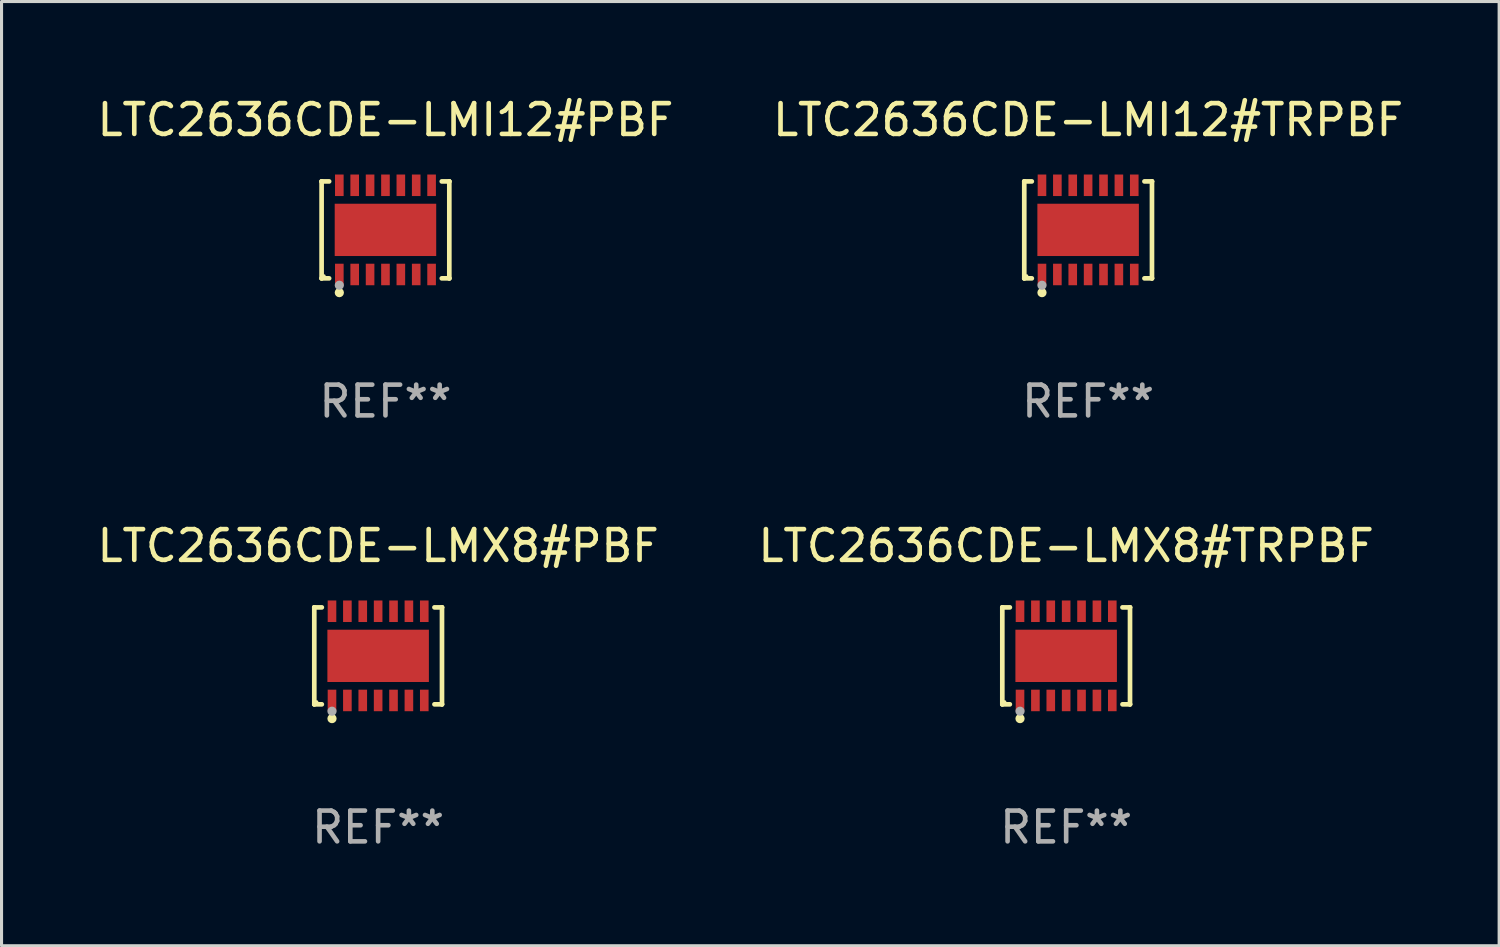
<source format=kicad_pcb>
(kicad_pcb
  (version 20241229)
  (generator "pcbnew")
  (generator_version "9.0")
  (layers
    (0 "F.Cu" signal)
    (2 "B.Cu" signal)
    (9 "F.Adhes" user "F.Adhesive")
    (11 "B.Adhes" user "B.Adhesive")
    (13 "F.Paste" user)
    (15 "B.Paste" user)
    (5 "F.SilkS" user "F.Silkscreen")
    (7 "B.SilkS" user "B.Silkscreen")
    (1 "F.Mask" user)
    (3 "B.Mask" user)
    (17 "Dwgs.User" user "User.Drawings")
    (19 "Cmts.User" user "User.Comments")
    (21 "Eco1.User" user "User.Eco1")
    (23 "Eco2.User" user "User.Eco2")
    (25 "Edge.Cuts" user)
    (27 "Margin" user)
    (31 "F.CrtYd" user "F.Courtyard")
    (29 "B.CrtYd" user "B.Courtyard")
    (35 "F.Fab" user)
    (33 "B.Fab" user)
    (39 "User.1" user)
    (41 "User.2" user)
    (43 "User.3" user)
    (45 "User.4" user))
  (footprint "LTC2636CDE-LMI12#PBF"
    (layer "F.Cu")
    (at 9.482 4.424)
    (property "Reference" "LTC2636CDE-LMI12#PBF" (at 0 -3.576 0) (layer "F.SilkS") (effects (font (size 1 1) (thickness 0.15))))
    (attr through_hole)
    (fp_line (start -2.076 -1.576) (end -2.076 -1.576) (stroke (width 0.152) (type solid)) (layer "F.SilkS"))
    (fp_line (start -2.076 -1.576) (end -1.831 -1.576) (stroke (width 0.152) (type solid)) (layer "F.SilkS"))
    (fp_line (start -2.076 1.576) (end -2.076 -1.576) (stroke (width 0.152) (type solid)) (layer "F.SilkS"))
    (fp_line (start -2.076 1.576) (end -2.076 1.576) (stroke (width 0.152) (type solid)) (layer "F.SilkS"))
    (fp_line (start -1.831 1.576) (end -2.076 1.576) (stroke (width 0.152) (type solid)) (layer "F.SilkS"))
    (fp_line (start 1.831 1.576) (end 2.076 1.576) (stroke (width 0.152) (type solid)) (layer "F.SilkS"))
    (fp_line (start 2.076 -1.576) (end 1.831 -1.576) (stroke (width 0.152) (type solid)) (layer "F.SilkS"))
    (fp_line (start 2.076 -1.576) (end 2.076 -1.576) (stroke (width 0.152) (type solid)) (layer "F.SilkS"))
    (fp_line (start 2.076 1.576) (end 2.076 -1.576) (stroke (width 0.152) (type solid)) (layer "F.SilkS"))
    (fp_line (start 2.076 1.576) (end 2.076 1.576) (stroke (width 0.152) (type solid)) (layer "F.SilkS"))
    (fp_circle (center -2 1.5) (end -1.97 1.5) (stroke (width 0.06) (type solid)) (fill no) (layer "F.SilkS"))
    (fp_circle (center -1.5 2.04) (end -1.425 2.04) (stroke (width 0.15) (type solid)) (fill no) (layer "F.SilkS"))
    (fp_circle (center -1.5 1.8) (end -1.425 1.8) (stroke (width 0.15) (type solid)) (fill no) (layer "F.Fab"))
    (fp_text user "REF**" (at 0 5.576 0) (layer "F.Fab") (effects (font (size 1 1) (thickness 0.15))))
    (pad "1" smd rect (at -1.5 1.45) (size 0.28 0.7) (layers "F.Cu" "F.Mask" "F.Paste"))
    (pad "2" smd rect (at -1 1.45) (size 0.28 0.7) (layers "F.Cu" "F.Mask" "F.Paste"))
    (pad "3" smd rect (at -0.5 1.45) (size 0.28 0.7) (layers "F.Cu" "F.Mask" "F.Paste"))
    (pad "4" smd rect (at 0 1.45) (size 0.28 0.7) (layers "F.Cu" "F.Mask" "F.Paste"))
    (pad "5" smd rect (at 0.5 1.45) (size 0.28 0.7) (layers "F.Cu" "F.Mask" "F.Paste"))
    (pad "6" smd rect (at 1 1.45) (size 0.28 0.7) (layers "F.Cu" "F.Mask" "F.Paste"))
    (pad "7" smd rect (at 1.5 1.45) (size 0.28 0.7) (layers "F.Cu" "F.Mask" "F.Paste"))
    (pad "8" smd rect (at 1.5 -1.45) (size 0.28 0.7) (layers "F.Cu" "F.Mask" "F.Paste"))
    (pad "9" smd rect (at 1 -1.45) (size 0.28 0.7) (layers "F.Cu" "F.Mask" "F.Paste"))
    (pad "10" smd rect (at 0.5 -1.45) (size 0.28 0.7) (layers "F.Cu" "F.Mask" "F.Paste"))
    (pad "11" smd rect (at 0 -1.45) (size 0.28 0.7) (layers "F.Cu" "F.Mask" "F.Paste"))
    (pad "12" smd rect (at -0.5 -1.45) (size 0.28 0.7) (layers "F.Cu" "F.Mask" "F.Paste"))
    (pad "13" smd rect (at -1 -1.45) (size 0.28 0.7) (layers "F.Cu" "F.Mask" "F.Paste"))
    (pad "14" smd rect (at -1.5 -1.45) (size 0.28 0.7) (layers "F.Cu" "F.Mask" "F.Paste"))
    (pad "15" smd rect (at 0 0) (size 3.3 1.7) (layers "F.Cu" "F.Mask" "F.Paste")))
  (footprint "LTC2636CDE-LMX8#TRPBF"
    (layer "F.Cu")
    (at 31.613 18.273)
    (property "Reference" "LTC2636CDE-LMX8#TRPBF" (at 0 -3.576 0) (layer "F.SilkS") (effects (font (size 1 1) (thickness 0.15))))
    (attr through_hole)
    (fp_line (start -2.076 -1.576) (end -2.076 -1.576) (stroke (width 0.152) (type solid)) (layer "F.SilkS"))
    (fp_line (start -2.076 -1.576) (end -1.831 -1.576) (stroke (width 0.152) (type solid)) (layer "F.SilkS"))
    (fp_line (start -2.076 1.576) (end -2.076 -1.576) (stroke (width 0.152) (type solid)) (layer "F.SilkS"))
    (fp_line (start -2.076 1.576) (end -2.076 1.576) (stroke (width 0.152) (type solid)) (layer "F.SilkS"))
    (fp_line (start -1.831 1.576) (end -2.076 1.576) (stroke (width 0.152) (type solid)) (layer "F.SilkS"))
    (fp_line (start 1.831 1.576) (end 2.076 1.576) (stroke (width 0.152) (type solid)) (layer "F.SilkS"))
    (fp_line (start 2.076 -1.576) (end 1.831 -1.576) (stroke (width 0.152) (type solid)) (layer "F.SilkS"))
    (fp_line (start 2.076 -1.576) (end 2.076 -1.576) (stroke (width 0.152) (type solid)) (layer "F.SilkS"))
    (fp_line (start 2.076 1.576) (end 2.076 -1.576) (stroke (width 0.152) (type solid)) (layer "F.SilkS"))
    (fp_line (start 2.076 1.576) (end 2.076 1.576) (stroke (width 0.152) (type solid)) (layer "F.SilkS"))
    (fp_circle (center -2 1.5) (end -1.97 1.5) (stroke (width 0.06) (type solid)) (fill no) (layer "F.SilkS"))
    (fp_circle (center -1.5 2.04) (end -1.425 2.04) (stroke (width 0.15) (type solid)) (fill no) (layer "F.SilkS"))
    (fp_circle (center -1.5 1.8) (end -1.425 1.8) (stroke (width 0.15) (type solid)) (fill no) (layer "F.Fab"))
    (fp_text user "REF**" (at 0 5.576 0) (layer "F.Fab") (effects (font (size 1 1) (thickness 0.15))))
    (pad "1" smd rect (at -1.5 1.45) (size 0.28 0.7) (layers "F.Cu" "F.Mask" "F.Paste"))
    (pad "2" smd rect (at -1 1.45) (size 0.28 0.7) (layers "F.Cu" "F.Mask" "F.Paste"))
    (pad "3" smd rect (at -0.5 1.45) (size 0.28 0.7) (layers "F.Cu" "F.Mask" "F.Paste"))
    (pad "4" smd rect (at 0 1.45) (size 0.28 0.7) (layers "F.Cu" "F.Mask" "F.Paste"))
    (pad "5" smd rect (at 0.5 1.45) (size 0.28 0.7) (layers "F.Cu" "F.Mask" "F.Paste"))
    (pad "6" smd rect (at 1 1.45) (size 0.28 0.7) (layers "F.Cu" "F.Mask" "F.Paste"))
    (pad "7" smd rect (at 1.5 1.45) (size 0.28 0.7) (layers "F.Cu" "F.Mask" "F.Paste"))
    (pad "8" smd rect (at 1.5 -1.45) (size 0.28 0.7) (layers "F.Cu" "F.Mask" "F.Paste"))
    (pad "9" smd rect (at 1 -1.45) (size 0.28 0.7) (layers "F.Cu" "F.Mask" "F.Paste"))
    (pad "10" smd rect (at 0.5 -1.45) (size 0.28 0.7) (layers "F.Cu" "F.Mask" "F.Paste"))
    (pad "11" smd rect (at 0 -1.45) (size 0.28 0.7) (layers "F.Cu" "F.Mask" "F.Paste"))
    (pad "12" smd rect (at -0.5 -1.45) (size 0.28 0.7) (layers "F.Cu" "F.Mask" "F.Paste"))
    (pad "13" smd rect (at -1 -1.45) (size 0.28 0.7) (layers "F.Cu" "F.Mask" "F.Paste"))
    (pad "14" smd rect (at -1.5 -1.45) (size 0.28 0.7) (layers "F.Cu" "F.Mask" "F.Paste"))
    (pad "15" smd rect (at 0 0) (size 3.3 1.7) (layers "F.Cu" "F.Mask" "F.Paste")))
  (footprint "LTC2636CDE-LMI12#TRPBF"
    (layer "F.Cu")
    (at 32.327 4.424)
    (property "Reference" "LTC2636CDE-LMI12#TRPBF" (at 0 -3.576 0) (layer "F.SilkS") (effects (font (size 1 1) (thickness 0.15))))
    (attr through_hole)
    (fp_line (start -2.076 -1.576) (end -2.076 -1.576) (stroke (width 0.152) (type solid)) (layer "F.SilkS"))
    (fp_line (start -2.076 -1.576) (end -1.831 -1.576) (stroke (width 0.152) (type solid)) (layer "F.SilkS"))
    (fp_line (start -2.076 1.576) (end -2.076 -1.576) (stroke (width 0.152) (type solid)) (layer "F.SilkS"))
    (fp_line (start -2.076 1.576) (end -2.076 1.576) (stroke (width 0.152) (type solid)) (layer "F.SilkS"))
    (fp_line (start -1.831 1.576) (end -2.076 1.576) (stroke (width 0.152) (type solid)) (layer "F.SilkS"))
    (fp_line (start 1.831 1.576) (end 2.076 1.576) (stroke (width 0.152) (type solid)) (layer "F.SilkS"))
    (fp_line (start 2.076 -1.576) (end 1.831 -1.576) (stroke (width 0.152) (type solid)) (layer "F.SilkS"))
    (fp_line (start 2.076 -1.576) (end 2.076 -1.576) (stroke (width 0.152) (type solid)) (layer "F.SilkS"))
    (fp_line (start 2.076 1.576) (end 2.076 -1.576) (stroke (width 0.152) (type solid)) (layer "F.SilkS"))
    (fp_line (start 2.076 1.576) (end 2.076 1.576) (stroke (width 0.152) (type solid)) (layer "F.SilkS"))
    (fp_circle (center -2 1.5) (end -1.97 1.5) (stroke (width 0.06) (type solid)) (fill no) (layer "F.SilkS"))
    (fp_circle (center -1.5 2.04) (end -1.425 2.04) (stroke (width 0.15) (type solid)) (fill no) (layer "F.SilkS"))
    (fp_circle (center -1.5 1.8) (end -1.425 1.8) (stroke (width 0.15) (type solid)) (fill no) (layer "F.Fab"))
    (fp_text user "REF**" (at 0 5.576 0) (layer "F.Fab") (effects (font (size 1 1) (thickness 0.15))))
    (pad "1" smd rect (at -1.5 1.45) (size 0.28 0.7) (layers "F.Cu" "F.Mask" "F.Paste"))
    (pad "2" smd rect (at -1 1.45) (size 0.28 0.7) (layers "F.Cu" "F.Mask" "F.Paste"))
    (pad "3" smd rect (at -0.5 1.45) (size 0.28 0.7) (layers "F.Cu" "F.Mask" "F.Paste"))
    (pad "4" smd rect (at 0 1.45) (size 0.28 0.7) (layers "F.Cu" "F.Mask" "F.Paste"))
    (pad "5" smd rect (at 0.5 1.45) (size 0.28 0.7) (layers "F.Cu" "F.Mask" "F.Paste"))
    (pad "6" smd rect (at 1 1.45) (size 0.28 0.7) (layers "F.Cu" "F.Mask" "F.Paste"))
    (pad "7" smd rect (at 1.5 1.45) (size 0.28 0.7) (layers "F.Cu" "F.Mask" "F.Paste"))
    (pad "8" smd rect (at 1.5 -1.45) (size 0.28 0.7) (layers "F.Cu" "F.Mask" "F.Paste"))
    (pad "9" smd rect (at 1 -1.45) (size 0.28 0.7) (layers "F.Cu" "F.Mask" "F.Paste"))
    (pad "10" smd rect (at 0.5 -1.45) (size 0.28 0.7) (layers "F.Cu" "F.Mask" "F.Paste"))
    (pad "11" smd rect (at 0 -1.45) (size 0.28 0.7) (layers "F.Cu" "F.Mask" "F.Paste"))
    (pad "12" smd rect (at -0.5 -1.45) (size 0.28 0.7) (layers "F.Cu" "F.Mask" "F.Paste"))
    (pad "13" smd rect (at -1 -1.45) (size 0.28 0.7) (layers "F.Cu" "F.Mask" "F.Paste"))
    (pad "14" smd rect (at -1.5 -1.45) (size 0.28 0.7) (layers "F.Cu" "F.Mask" "F.Paste"))
    (pad "15" smd rect (at 0 0) (size 3.3 1.7) (layers "F.Cu" "F.Mask" "F.Paste")))
  (footprint "LTC2636CDE-LMX8#PBF"
    (layer "F.Cu")
    (at 9.244 18.273)
    (property "Reference" "LTC2636CDE-LMX8#PBF" (at 0 -3.576 0) (layer "F.SilkS") (effects (font (size 1 1) (thickness 0.15))))
    (attr through_hole)
    (fp_line (start -2.076 -1.576) (end -2.076 -1.576) (stroke (width 0.152) (type solid)) (layer "F.SilkS"))
    (fp_line (start -2.076 -1.576) (end -1.831 -1.576) (stroke (width 0.152) (type solid)) (layer "F.SilkS"))
    (fp_line (start -2.076 1.576) (end -2.076 -1.576) (stroke (width 0.152) (type solid)) (layer "F.SilkS"))
    (fp_line (start -2.076 1.576) (end -2.076 1.576) (stroke (width 0.152) (type solid)) (layer "F.SilkS"))
    (fp_line (start -1.831 1.576) (end -2.076 1.576) (stroke (width 0.152) (type solid)) (layer "F.SilkS"))
    (fp_line (start 1.831 1.576) (end 2.076 1.576) (stroke (width 0.152) (type solid)) (layer "F.SilkS"))
    (fp_line (start 2.076 -1.576) (end 1.831 -1.576) (stroke (width 0.152) (type solid)) (layer "F.SilkS"))
    (fp_line (start 2.076 -1.576) (end 2.076 -1.576) (stroke (width 0.152) (type solid)) (layer "F.SilkS"))
    (fp_line (start 2.076 1.576) (end 2.076 -1.576) (stroke (width 0.152) (type solid)) (layer "F.SilkS"))
    (fp_line (start 2.076 1.576) (end 2.076 1.576) (stroke (width 0.152) (type solid)) (layer "F.SilkS"))
    (fp_circle (center -2 1.5) (end -1.97 1.5) (stroke (width 0.06) (type solid)) (fill no) (layer "F.SilkS"))
    (fp_circle (center -1.5 2.04) (end -1.425 2.04) (stroke (width 0.15) (type solid)) (fill no) (layer "F.SilkS"))
    (fp_circle (center -1.5 1.8) (end -1.425 1.8) (stroke (width 0.15) (type solid)) (fill no) (layer "F.Fab"))
    (fp_text user "REF**" (at 0 5.576 0) (layer "F.Fab") (effects (font (size 1 1) (thickness 0.15))))
    (pad "1" smd rect (at -1.5 1.45) (size 0.28 0.7) (layers "F.Cu" "F.Mask" "F.Paste"))
    (pad "2" smd rect (at -1 1.45) (size 0.28 0.7) (layers "F.Cu" "F.Mask" "F.Paste"))
    (pad "3" smd rect (at -0.5 1.45) (size 0.28 0.7) (layers "F.Cu" "F.Mask" "F.Paste"))
    (pad "4" smd rect (at 0 1.45) (size 0.28 0.7) (layers "F.Cu" "F.Mask" "F.Paste"))
    (pad "5" smd rect (at 0.5 1.45) (size 0.28 0.7) (layers "F.Cu" "F.Mask" "F.Paste"))
    (pad "6" smd rect (at 1 1.45) (size 0.28 0.7) (layers "F.Cu" "F.Mask" "F.Paste"))
    (pad "7" smd rect (at 1.5 1.45) (size 0.28 0.7) (layers "F.Cu" "F.Mask" "F.Paste"))
    (pad "8" smd rect (at 1.5 -1.45) (size 0.28 0.7) (layers "F.Cu" "F.Mask" "F.Paste"))
    (pad "9" smd rect (at 1 -1.45) (size 0.28 0.7) (layers "F.Cu" "F.Mask" "F.Paste"))
    (pad "10" smd rect (at 0.5 -1.45) (size 0.28 0.7) (layers "F.Cu" "F.Mask" "F.Paste"))
    (pad "11" smd rect (at 0 -1.45) (size 0.28 0.7) (layers "F.Cu" "F.Mask" "F.Paste"))
    (pad "12" smd rect (at -0.5 -1.45) (size 0.28 0.7) (layers "F.Cu" "F.Mask" "F.Paste"))
    (pad "13" smd rect (at -1 -1.45) (size 0.28 0.7) (layers "F.Cu" "F.Mask" "F.Paste"))
    (pad "14" smd rect (at -1.5 -1.45) (size 0.28 0.7) (layers "F.Cu" "F.Mask" "F.Paste"))
    (pad "15" smd rect (at 0 0) (size 3.3 1.7) (layers "F.Cu" "F.Mask" "F.Paste")))
  (gr_rect
    (start -3 -3)
    (end 45.69 27.698)
    (stroke (width 0.1) (type default))
    (fill no)
    (layer "Edge.Cuts")))
</source>
